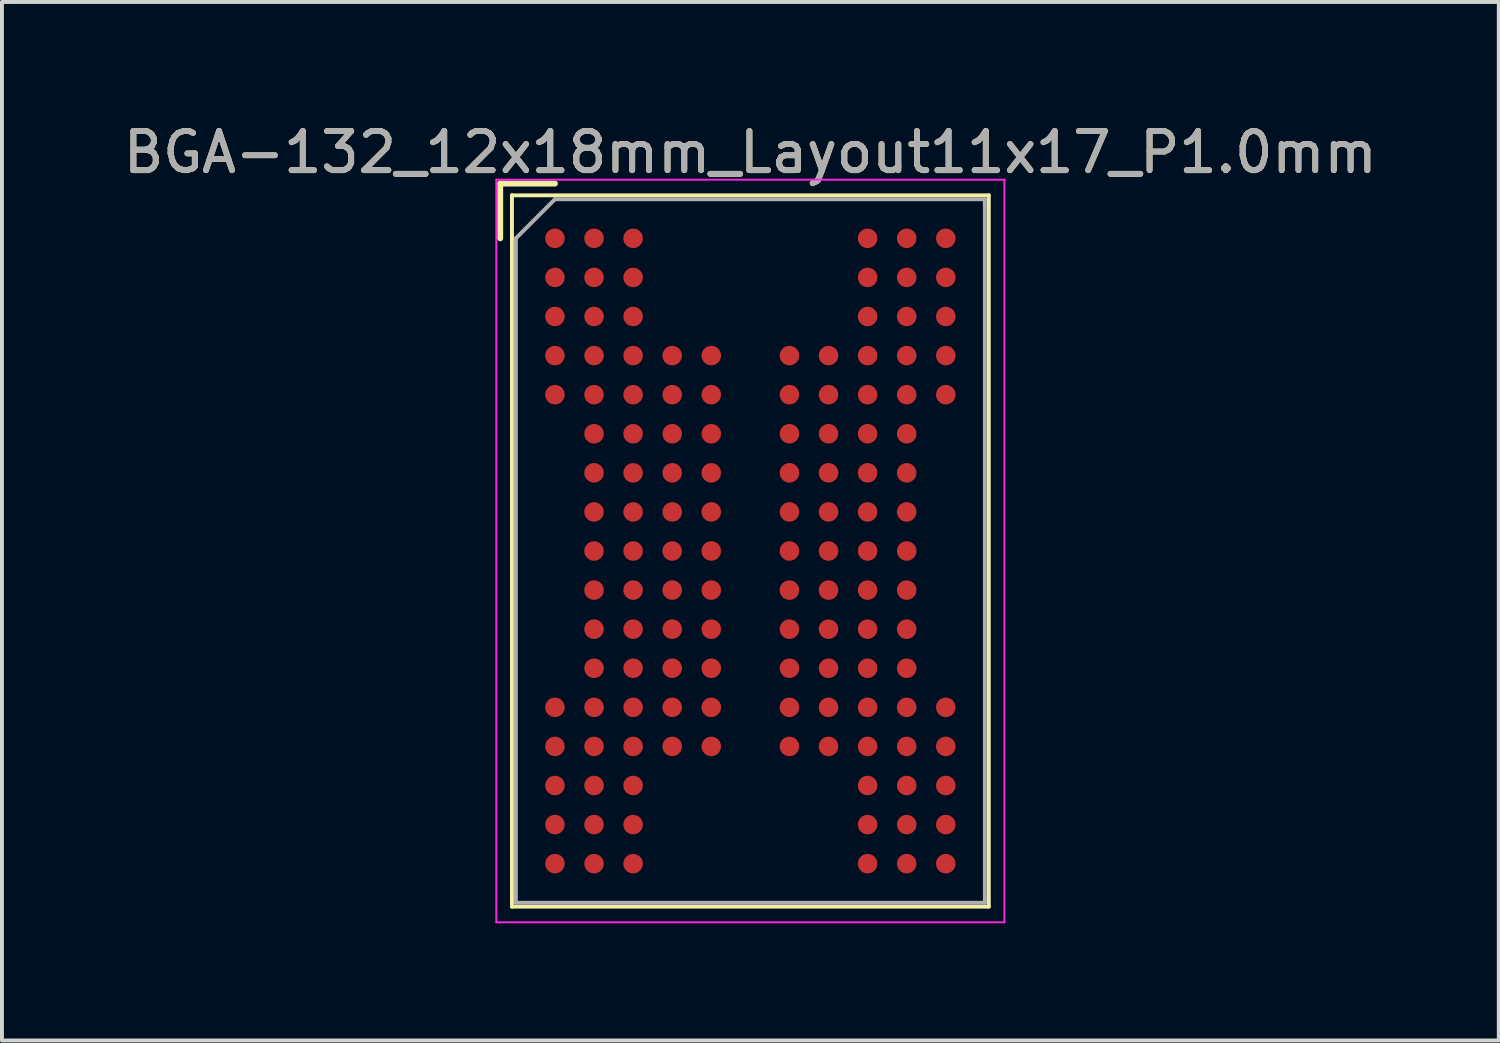
<source format=kicad_pcb>
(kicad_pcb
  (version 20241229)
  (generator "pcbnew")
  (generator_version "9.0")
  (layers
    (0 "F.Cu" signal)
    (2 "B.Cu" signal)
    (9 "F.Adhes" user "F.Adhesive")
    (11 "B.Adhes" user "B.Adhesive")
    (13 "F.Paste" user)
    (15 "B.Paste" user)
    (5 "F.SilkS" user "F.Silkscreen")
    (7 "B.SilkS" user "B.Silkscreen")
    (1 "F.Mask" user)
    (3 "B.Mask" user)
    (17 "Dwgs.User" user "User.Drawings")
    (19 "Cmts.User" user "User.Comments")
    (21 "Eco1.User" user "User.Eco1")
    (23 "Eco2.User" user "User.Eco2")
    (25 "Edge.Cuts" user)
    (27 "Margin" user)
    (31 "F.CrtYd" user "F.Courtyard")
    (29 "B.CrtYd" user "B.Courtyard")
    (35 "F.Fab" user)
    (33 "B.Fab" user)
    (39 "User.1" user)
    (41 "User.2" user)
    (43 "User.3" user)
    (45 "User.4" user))
  (footprint "BGA-132_12x18mm_Layout11x17_P1.0mm"
    (layer "F.Cu")
    (at 16.149 11.048)
    (property "Reference" "BGA-132_12x18mm_Layout11x17_P1.0mm" (at 0 -10.2 0) (layer "F.SilkS") (effects (font (size 1 1) (thickness 0.15))))
    (attr smd)
    (fp_line (start -6.4 -9.4) (end -6.4 -8) (stroke (width 0.15) (type solid)) (layer "F.SilkS"))
    (fp_line (start -6.1 -9.1) (end 6.1 -9.1) (stroke (width 0.1) (type solid)) (layer "F.SilkS"))
    (fp_line (start -6.1 9.1) (end -6.1 -9.1) (stroke (width 0.1) (type solid)) (layer "F.SilkS"))
    (fp_line (start -6.1 9.1) (end 6.1 9.1) (stroke (width 0.1) (type solid)) (layer "F.SilkS"))
    (fp_line (start -5 -9.4) (end -6.4 -9.4) (stroke (width 0.15) (type solid)) (layer "F.SilkS"))
    (fp_line (start 6.1 -9.1) (end 6.1 9.1) (stroke (width 0.1) (type solid)) (layer "F.SilkS"))
    (fp_line (start -6.5 -9.5) (end 6.5 -9.5) (stroke (width 0.05) (type solid)) (layer "F.CrtYd"))
    (fp_line (start -6.5 9.5) (end -6.5 -9.5) (stroke (width 0.05) (type solid)) (layer "F.CrtYd"))
    (fp_line (start 6.5 -9.5) (end 6.5 9.5) (stroke (width 0.05) (type solid)) (layer "F.CrtYd"))
    (fp_line (start 6.5 9.5) (end -6.5 9.5) (stroke (width 0.05) (type solid)) (layer "F.CrtYd"))
    (fp_line (start -6 -8) (end -6 9) (stroke (width 0.1) (type solid)) (layer "F.Fab"))
    (fp_line (start -5 -9) (end -6 -8) (stroke (width 0.1) (type solid)) (layer "F.Fab"))
    (fp_line (start 6 -9) (end -5 -9) (stroke (width 0.1) (type solid)) (layer "F.Fab"))
    (fp_line (start 6 9) (end -6 9) (stroke (width 0.1) (type solid)) (layer "F.Fab"))
    (fp_line (start 6 9) (end 6 -9) (stroke (width 0.1) (type solid)) (layer "F.Fab"))
    (fp_text user "${REFERENCE}" (at 0 -10.2 0) (layer "F.Fab") (effects (font (size 1 1) (thickness 0.15))))
    (pad "A1" smd circle (at -5 -8) (size 0.5 0.5) (layers "F.Cu" "F.Mask" "F.Paste"))
    (pad "A2" smd circle (at -4 -8) (size 0.5 0.5) (layers "F.Cu" "F.Mask" "F.Paste"))
    (pad "A3" smd circle (at -3 -8) (size 0.5 0.5) (layers "F.Cu" "F.Mask" "F.Paste"))
    (pad "A9" smd circle (at 3 -8) (size 0.5 0.5) (layers "F.Cu" "F.Mask" "F.Paste"))
    (pad "A10" smd circle (at 4 -8) (size 0.5 0.5) (layers "F.Cu" "F.Mask" "F.Paste"))
    (pad "A11" smd circle (at 5 -8) (size 0.5 0.5) (layers "F.Cu" "F.Mask" "F.Paste"))
    (pad "B1" smd circle (at -5 -7) (size 0.5 0.5) (layers "F.Cu" "F.Mask" "F.Paste"))
    (pad "B2" smd circle (at -4 -7) (size 0.5 0.5) (layers "F.Cu" "F.Mask" "F.Paste"))
    (pad "B3" smd circle (at -3 -7) (size 0.5 0.5) (layers "F.Cu" "F.Mask" "F.Paste"))
    (pad "B9" smd circle (at 3 -7) (size 0.5 0.5) (layers "F.Cu" "F.Mask" "F.Paste"))
    (pad "B10" smd circle (at 4 -7) (size 0.5 0.5) (layers "F.Cu" "F.Mask" "F.Paste"))
    (pad "B11" smd circle (at 5 -7) (size 0.5 0.5) (layers "F.Cu" "F.Mask" "F.Paste"))
    (pad "C1" smd circle (at -5 -6) (size 0.5 0.5) (layers "F.Cu" "F.Mask" "F.Paste"))
    (pad "C2" smd circle (at -4 -6) (size 0.5 0.5) (layers "F.Cu" "F.Mask" "F.Paste"))
    (pad "C3" smd circle (at -3 -6) (size 0.5 0.5) (layers "F.Cu" "F.Mask" "F.Paste"))
    (pad "C9" smd circle (at 3 -6) (size 0.5 0.5) (layers "F.Cu" "F.Mask" "F.Paste"))
    (pad "C10" smd circle (at 4 -6) (size 0.5 0.5) (layers "F.Cu" "F.Mask" "F.Paste"))
    (pad "C11" smd circle (at 5 -6) (size 0.5 0.5) (layers "F.Cu" "F.Mask" "F.Paste"))
    (pad "D1" smd circle (at -5 -5) (size 0.5 0.5) (layers "F.Cu" "F.Mask" "F.Paste"))
    (pad "D2" smd circle (at -4 -5) (size 0.5 0.5) (layers "F.Cu" "F.Mask" "F.Paste"))
    (pad "D3" smd circle (at -3 -5) (size 0.5 0.5) (layers "F.Cu" "F.Mask" "F.Paste"))
    (pad "D4" smd circle (at -2 -5) (size 0.5 0.5) (layers "F.Cu" "F.Mask" "F.Paste"))
    (pad "D5" smd circle (at -1 -5) (size 0.5 0.5) (layers "F.Cu" "F.Mask" "F.Paste"))
    (pad "D7" smd circle (at 1 -5) (size 0.5 0.5) (layers "F.Cu" "F.Mask" "F.Paste"))
    (pad "D8" smd circle (at 2 -5) (size 0.5 0.5) (layers "F.Cu" "F.Mask" "F.Paste"))
    (pad "D9" smd circle (at 3 -5) (size 0.5 0.5) (layers "F.Cu" "F.Mask" "F.Paste"))
    (pad "D10" smd circle (at 4 -5) (size 0.5 0.5) (layers "F.Cu" "F.Mask" "F.Paste"))
    (pad "D11" smd circle (at 5 -5) (size 0.5 0.5) (layers "F.Cu" "F.Mask" "F.Paste"))
    (pad "E1" smd circle (at -5 -4) (size 0.5 0.5) (layers "F.Cu" "F.Mask" "F.Paste"))
    (pad "E2" smd circle (at -4 -4) (size 0.5 0.5) (layers "F.Cu" "F.Mask" "F.Paste"))
    (pad "E3" smd circle (at -3 -4) (size 0.5 0.5) (layers "F.Cu" "F.Mask" "F.Paste"))
    (pad "E4" smd circle (at -2 -4) (size 0.5 0.5) (layers "F.Cu" "F.Mask" "F.Paste"))
    (pad "E5" smd circle (at -1 -4) (size 0.5 0.5) (layers "F.Cu" "F.Mask" "F.Paste"))
    (pad "E7" smd circle (at 1 -4) (size 0.5 0.5) (layers "F.Cu" "F.Mask" "F.Paste"))
    (pad "E8" smd circle (at 2 -4) (size 0.5 0.5) (layers "F.Cu" "F.Mask" "F.Paste"))
    (pad "E9" smd circle (at 3 -4) (size 0.5 0.5) (layers "F.Cu" "F.Mask" "F.Paste"))
    (pad "E10" smd circle (at 4 -4) (size 0.5 0.5) (layers "F.Cu" "F.Mask" "F.Paste"))
    (pad "E11" smd circle (at 5 -4) (size 0.5 0.5) (layers "F.Cu" "F.Mask" "F.Paste"))
    (pad "F2" smd circle (at -4 -3) (size 0.5 0.5) (layers "F.Cu" "F.Mask" "F.Paste"))
    (pad "F3" smd circle (at -3 -3) (size 0.5 0.5) (layers "F.Cu" "F.Mask" "F.Paste"))
    (pad "F4" smd circle (at -2 -3) (size 0.5 0.5) (layers "F.Cu" "F.Mask" "F.Paste"))
    (pad "F5" smd circle (at -1 -3) (size 0.5 0.5) (layers "F.Cu" "F.Mask" "F.Paste"))
    (pad "F7" smd circle (at 1 -3) (size 0.5 0.5) (layers "F.Cu" "F.Mask" "F.Paste"))
    (pad "F8" smd circle (at 2 -3) (size 0.5 0.5) (layers "F.Cu" "F.Mask" "F.Paste"))
    (pad "F9" smd circle (at 3 -3) (size 0.5 0.5) (layers "F.Cu" "F.Mask" "F.Paste"))
    (pad "F10" smd circle (at 4 -3) (size 0.5 0.5) (layers "F.Cu" "F.Mask" "F.Paste"))
    (pad "G2" smd circle (at -4 -2) (size 0.5 0.5) (layers "F.Cu" "F.Mask" "F.Paste"))
    (pad "G3" smd circle (at -3 -2) (size 0.5 0.5) (layers "F.Cu" "F.Mask" "F.Paste"))
    (pad "G4" smd circle (at -2 -2) (size 0.5 0.5) (layers "F.Cu" "F.Mask" "F.Paste"))
    (pad "G5" smd circle (at -1 -2) (size 0.5 0.5) (layers "F.Cu" "F.Mask" "F.Paste"))
    (pad "G7" smd circle (at 1 -2) (size 0.5 0.5) (layers "F.Cu" "F.Mask" "F.Paste"))
    (pad "G8" smd circle (at 2 -2) (size 0.5 0.5) (layers "F.Cu" "F.Mask" "F.Paste"))
    (pad "G9" smd circle (at 3 -2) (size 0.5 0.5) (layers "F.Cu" "F.Mask" "F.Paste"))
    (pad "G10" smd circle (at 4 -2) (size 0.5 0.5) (layers "F.Cu" "F.Mask" "F.Paste"))
    (pad "H2" smd circle (at -4 -1) (size 0.5 0.5) (layers "F.Cu" "F.Mask" "F.Paste"))
    (pad "H3" smd circle (at -3 -1) (size 0.5 0.5) (layers "F.Cu" "F.Mask" "F.Paste"))
    (pad "H4" smd circle (at -2 -1) (size 0.5 0.5) (layers "F.Cu" "F.Mask" "F.Paste"))
    (pad "H5" smd circle (at -1 -1) (size 0.5 0.5) (layers "F.Cu" "F.Mask" "F.Paste"))
    (pad "H7" smd circle (at 1 -1) (size 0.5 0.5) (layers "F.Cu" "F.Mask" "F.Paste"))
    (pad "H8" smd circle (at 2 -1) (size 0.5 0.5) (layers "F.Cu" "F.Mask" "F.Paste"))
    (pad "H9" smd circle (at 3 -1) (size 0.5 0.5) (layers "F.Cu" "F.Mask" "F.Paste"))
    (pad "H10" smd circle (at 4 -1) (size 0.5 0.5) (layers "F.Cu" "F.Mask" "F.Paste"))
    (pad "J2" smd circle (at -4 0) (size 0.5 0.5) (layers "F.Cu" "F.Mask" "F.Paste"))
    (pad "J3" smd circle (at -3 0) (size 0.5 0.5) (layers "F.Cu" "F.Mask" "F.Paste"))
    (pad "J4" smd circle (at -2 0) (size 0.5 0.5) (layers "F.Cu" "F.Mask" "F.Paste"))
    (pad "J5" smd circle (at -1 0) (size 0.5 0.5) (layers "F.Cu" "F.Mask" "F.Paste"))
    (pad "J7" smd circle (at 1 0) (size 0.5 0.5) (layers "F.Cu" "F.Mask" "F.Paste"))
    (pad "J8" smd circle (at 2 0) (size 0.5 0.5) (layers "F.Cu" "F.Mask" "F.Paste"))
    (pad "J9" smd circle (at 3 0) (size 0.5 0.5) (layers "F.Cu" "F.Mask" "F.Paste"))
    (pad "J10" smd circle (at 4 0) (size 0.5 0.5) (layers "F.Cu" "F.Mask" "F.Paste"))
    (pad "K2" smd circle (at -4 1) (size 0.5 0.5) (layers "F.Cu" "F.Mask" "F.Paste"))
    (pad "K3" smd circle (at -3 1) (size 0.5 0.5) (layers "F.Cu" "F.Mask" "F.Paste"))
    (pad "K4" smd circle (at -2 1) (size 0.5 0.5) (layers "F.Cu" "F.Mask" "F.Paste"))
    (pad "K5" smd circle (at -1 1) (size 0.5 0.5) (layers "F.Cu" "F.Mask" "F.Paste"))
    (pad "K7" smd circle (at 1 1) (size 0.5 0.5) (layers "F.Cu" "F.Mask" "F.Paste"))
    (pad "K8" smd circle (at 2 1) (size 0.5 0.5) (layers "F.Cu" "F.Mask" "F.Paste"))
    (pad "K9" smd circle (at 3 1) (size 0.5 0.5) (layers "F.Cu" "F.Mask" "F.Paste"))
    (pad "K10" smd circle (at 4 1) (size 0.5 0.5) (layers "F.Cu" "F.Mask" "F.Paste"))
    (pad "L2" smd circle (at -4 2) (size 0.5 0.5) (layers "F.Cu" "F.Mask" "F.Paste"))
    (pad "L3" smd circle (at -3 2) (size 0.5 0.5) (layers "F.Cu" "F.Mask" "F.Paste"))
    (pad "L4" smd circle (at -2 2) (size 0.5 0.5) (layers "F.Cu" "F.Mask" "F.Paste"))
    (pad "L5" smd circle (at -1 2) (size 0.5 0.5) (layers "F.Cu" "F.Mask" "F.Paste"))
    (pad "L7" smd circle (at 1 2) (size 0.5 0.5) (layers "F.Cu" "F.Mask" "F.Paste"))
    (pad "L8" smd circle (at 2 2) (size 0.5 0.5) (layers "F.Cu" "F.Mask" "F.Paste"))
    (pad "L9" smd circle (at 3 2) (size 0.5 0.5) (layers "F.Cu" "F.Mask" "F.Paste"))
    (pad "L10" smd circle (at 4 2) (size 0.5 0.5) (layers "F.Cu" "F.Mask" "F.Paste"))
    (pad "M2" smd circle (at -4 3) (size 0.5 0.5) (layers "F.Cu" "F.Mask" "F.Paste"))
    (pad "M3" smd circle (at -3 3) (size 0.5 0.5) (layers "F.Cu" "F.Mask" "F.Paste"))
    (pad "M4" smd circle (at -2 3) (size 0.5 0.5) (layers "F.Cu" "F.Mask" "F.Paste"))
    (pad "M5" smd circle (at -1 3) (size 0.5 0.5) (layers "F.Cu" "F.Mask" "F.Paste"))
    (pad "M7" smd circle (at 1 3) (size 0.5 0.5) (layers "F.Cu" "F.Mask" "F.Paste"))
    (pad "M8" smd circle (at 2 3) (size 0.5 0.5) (layers "F.Cu" "F.Mask" "F.Paste"))
    (pad "M9" smd circle (at 3 3) (size 0.5 0.5) (layers "F.Cu" "F.Mask" "F.Paste"))
    (pad "M10" smd circle (at 4 3) (size 0.5 0.5) (layers "F.Cu" "F.Mask" "F.Paste"))
    (pad "N1" smd circle (at -5 4) (size 0.5 0.5) (layers "F.Cu" "F.Mask" "F.Paste"))
    (pad "N2" smd circle (at -4 4) (size 0.5 0.5) (layers "F.Cu" "F.Mask" "F.Paste"))
    (pad "N3" smd circle (at -3 4) (size 0.5 0.5) (layers "F.Cu" "F.Mask" "F.Paste"))
    (pad "N4" smd circle (at -2 4) (size 0.5 0.5) (layers "F.Cu" "F.Mask" "F.Paste"))
    (pad "N5" smd circle (at -1 4) (size 0.5 0.5) (layers "F.Cu" "F.Mask" "F.Paste"))
    (pad "N7" smd circle (at 1 4) (size 0.5 0.5) (layers "F.Cu" "F.Mask" "F.Paste"))
    (pad "N8" smd circle (at 2 4) (size 0.5 0.5) (layers "F.Cu" "F.Mask" "F.Paste"))
    (pad "N9" smd circle (at 3 4) (size 0.5 0.5) (layers "F.Cu" "F.Mask" "F.Paste"))
    (pad "N10" smd circle (at 4 4) (size 0.5 0.5) (layers "F.Cu" "F.Mask" "F.Paste"))
    (pad "N11" smd circle (at 5 4) (size 0.5 0.5) (layers "F.Cu" "F.Mask" "F.Paste"))
    (pad "P1" smd circle (at -5 5) (size 0.5 0.5) (layers "F.Cu" "F.Mask" "F.Paste"))
    (pad "P2" smd circle (at -4 5) (size 0.5 0.5) (layers "F.Cu" "F.Mask" "F.Paste"))
    (pad "P3" smd circle (at -3 5) (size 0.5 0.5) (layers "F.Cu" "F.Mask" "F.Paste"))
    (pad "P4" smd circle (at -2 5) (size 0.5 0.5) (layers "F.Cu" "F.Mask" "F.Paste"))
    (pad "P5" smd circle (at -1 5) (size 0.5 0.5) (layers "F.Cu" "F.Mask" "F.Paste"))
    (pad "P7" smd circle (at 1 5) (size 0.5 0.5) (layers "F.Cu" "F.Mask" "F.Paste"))
    (pad "P8" smd circle (at 2 5) (size 0.5 0.5) (layers "F.Cu" "F.Mask" "F.Paste"))
    (pad "P9" smd circle (at 3 5) (size 0.5 0.5) (layers "F.Cu" "F.Mask" "F.Paste"))
    (pad "P10" smd circle (at 4 5) (size 0.5 0.5) (layers "F.Cu" "F.Mask" "F.Paste"))
    (pad "P11" smd circle (at 5 5) (size 0.5 0.5) (layers "F.Cu" "F.Mask" "F.Paste"))
    (pad "R1" smd circle (at -5 6) (size 0.5 0.5) (layers "F.Cu" "F.Mask" "F.Paste"))
    (pad "R2" smd circle (at -4 6) (size 0.5 0.5) (layers "F.Cu" "F.Mask" "F.Paste"))
    (pad "R3" smd circle (at -3 6) (size 0.5 0.5) (layers "F.Cu" "F.Mask" "F.Paste"))
    (pad "R9" smd circle (at 3 6) (size 0.5 0.5) (layers "F.Cu" "F.Mask" "F.Paste"))
    (pad "R10" smd circle (at 4 6) (size 0.5 0.5) (layers "F.Cu" "F.Mask" "F.Paste"))
    (pad "R11" smd circle (at 5 6) (size 0.5 0.5) (layers "F.Cu" "F.Mask" "F.Paste"))
    (pad "T1" smd circle (at -5 7) (size 0.5 0.5) (layers "F.Cu" "F.Mask" "F.Paste"))
    (pad "T2" smd circle (at -4 7) (size 0.5 0.5) (layers "F.Cu" "F.Mask" "F.Paste"))
    (pad "T3" smd circle (at -3 7) (size 0.5 0.5) (layers "F.Cu" "F.Mask" "F.Paste"))
    (pad "T9" smd circle (at 3 7) (size 0.5 0.5) (layers "F.Cu" "F.Mask" "F.Paste"))
    (pad "T10" smd circle (at 4 7) (size 0.5 0.5) (layers "F.Cu" "F.Mask" "F.Paste"))
    (pad "T11" smd circle (at 5 7) (size 0.5 0.5) (layers "F.Cu" "F.Mask" "F.Paste"))
    (pad "U1" smd circle (at -5 8) (size 0.5 0.5) (layers "F.Cu" "F.Mask" "F.Paste"))
    (pad "U2" smd circle (at -4 8) (size 0.5 0.5) (layers "F.Cu" "F.Mask" "F.Paste"))
    (pad "U3" smd circle (at -3 8) (size 0.5 0.5) (layers "F.Cu" "F.Mask" "F.Paste"))
    (pad "U9" smd circle (at 3 8) (size 0.5 0.5) (layers "F.Cu" "F.Mask" "F.Paste"))
    (pad "U10" smd circle (at 4 8) (size 0.5 0.5) (layers "F.Cu" "F.Mask" "F.Paste"))
    (pad "U11" smd circle (at 5 8) (size 0.5 0.5) (layers "F.Cu" "F.Mask" "F.Paste")))
  (gr_rect
    (start -3 -3)
    (end 35.298 23.573)
    (stroke (width 0.1) (type default))
    (fill no)
    (layer "Edge.Cuts")))
</source>
